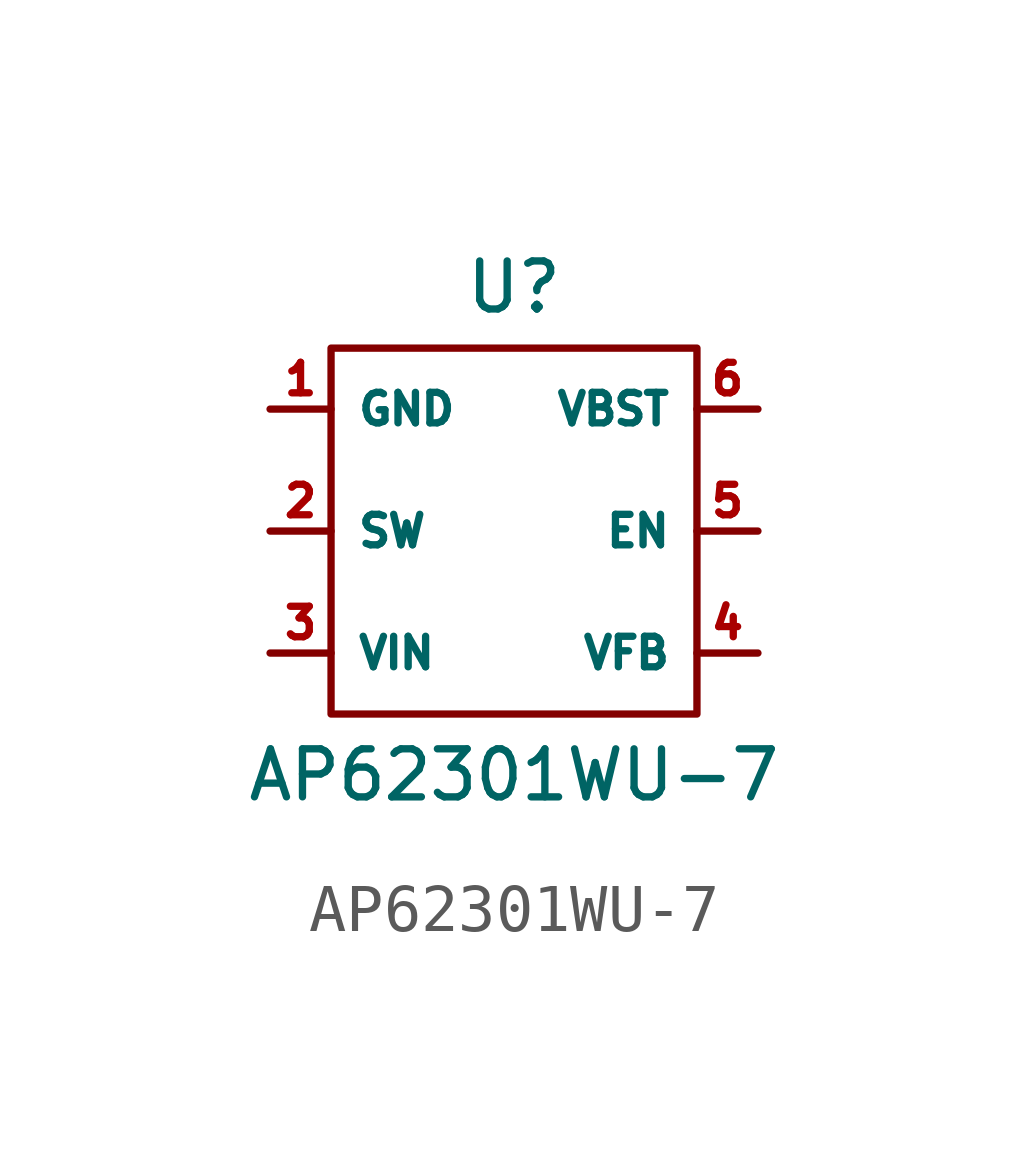
<source format=kicad_sym>
(kicad_symbol_lib
  (version 20220914)
  (generator kicad_symbol_editor)
  (symbol "AP62301WU-7"
    (property "Reference" "U"
      (at 0 5.08 0)
      (effects (font (size 1 1))))
    (property "Value" "AP62301WU-7"
      (at 0 -5.08 0)
      (effects (font (size 1 1))))
    (symbol "AP62301WU-7_0_1"
      (rectangle (start -3.81 3.81) (end 3.81 -3.81) (stroke (width 0) (type solid)) (fill (type none))))
    (symbol "AP62301WU-7_1_1"
      (pin power_in line (at -5.08 2.54 0) (length 1.27) (name "GND" (effects (font (size 0.635 0.635)))) (number "1" (effects (font (size 0.635 0.635)))))
      (pin power_out line (at -5.08 0 0) (length 1.27) (name "SW" (effects (font (size 0.635 0.635)))) (number "2" (effects (font (size 0.635 0.635)))))
      (pin power_in line (at -5.08 -2.54 0) (length 1.27) (name "VIN" (effects (font (size 0.635 0.635)))) (number "3" (effects (font (size 0.635 0.635)))))
      (pin input line (at 5.08 -2.54 180) (length 1.27) (name "VFB" (effects (font (size 0.635 0.635)))) (number "4" (effects (font (size 0.635 0.635)))))
      (pin input line (at 5.08 0 180) (length 1.27) (name "EN" (effects (font (size 0.635 0.635)))) (number "5" (effects (font (size 0.635 0.635)))))
      (pin output line (at 5.08 2.54 180) (length 1.27) (name "VBST" (effects (font (size 0.635 0.635)))) (number "6" (effects (font (size 0.635 0.635))))))))
</source>
